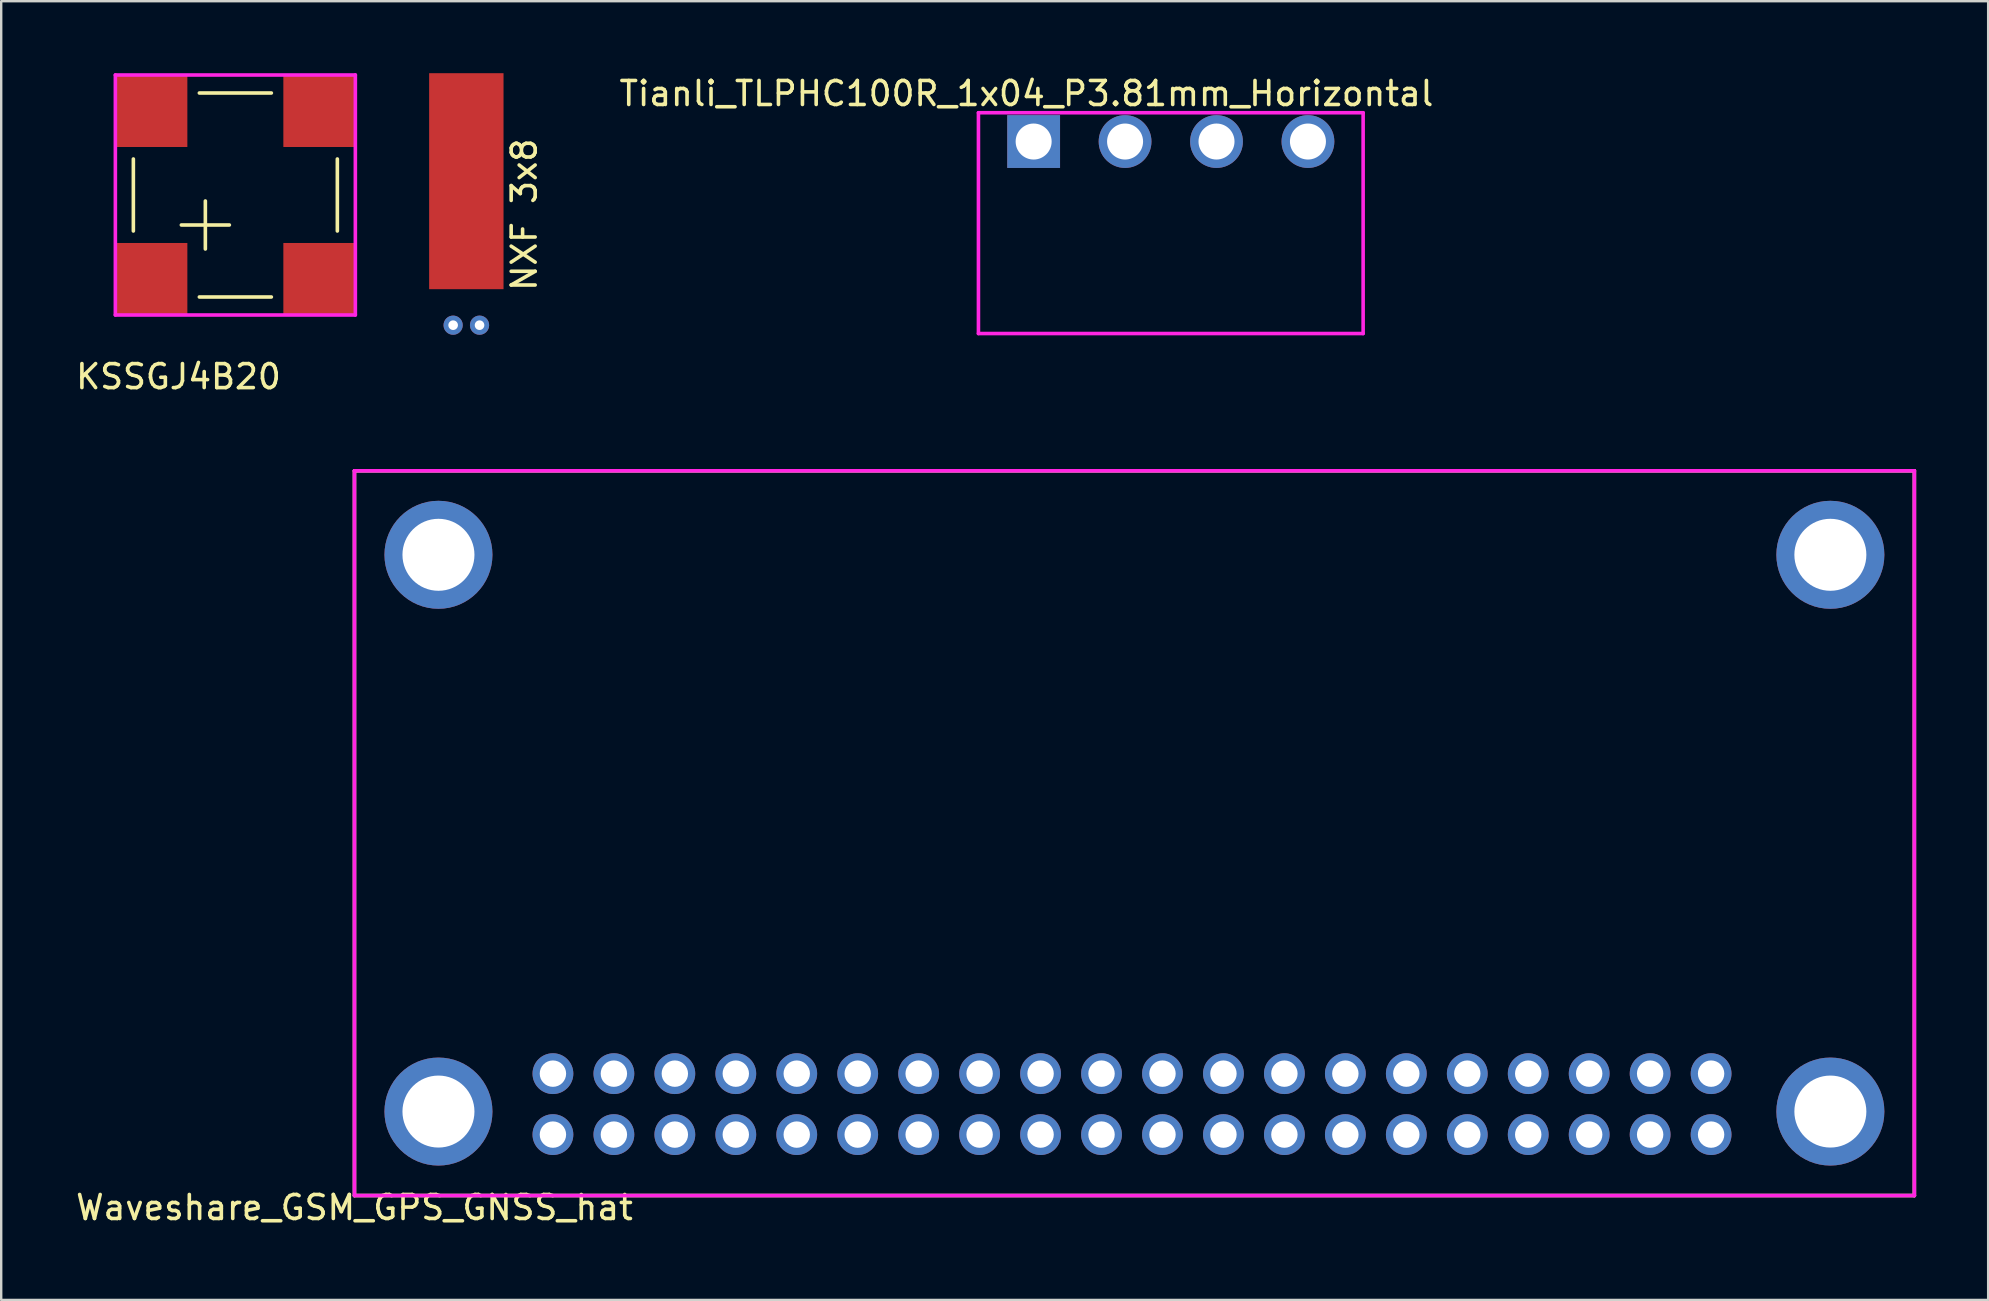
<source format=kicad_pcb>
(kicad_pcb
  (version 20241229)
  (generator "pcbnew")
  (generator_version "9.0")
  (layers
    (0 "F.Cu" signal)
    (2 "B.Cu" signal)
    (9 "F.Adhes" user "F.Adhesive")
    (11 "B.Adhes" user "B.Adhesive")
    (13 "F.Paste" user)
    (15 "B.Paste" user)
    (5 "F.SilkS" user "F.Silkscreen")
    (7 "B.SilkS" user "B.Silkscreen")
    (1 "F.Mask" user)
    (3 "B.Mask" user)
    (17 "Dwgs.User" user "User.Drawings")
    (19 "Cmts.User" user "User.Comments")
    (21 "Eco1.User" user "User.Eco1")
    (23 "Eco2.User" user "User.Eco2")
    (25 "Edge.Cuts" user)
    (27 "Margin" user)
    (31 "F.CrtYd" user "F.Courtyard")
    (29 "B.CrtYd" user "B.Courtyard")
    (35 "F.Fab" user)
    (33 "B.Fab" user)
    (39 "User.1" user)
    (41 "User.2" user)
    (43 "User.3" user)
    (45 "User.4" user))
  (footprint "Tianli_TLPHC100R_1x04_P3.81mm_Horizontal"
    (layer "F.Cu")
    (at 40.021 2.848)
    (property "Reference" "Tianli_TLPHC100R_1x04_P3.81mm_Horizontal" (at -0.3 -2 0) (layer "F.SilkS") (effects (font (size 1 1) (thickness 0.15))))
    (attr through_hole)
    (fp_line (start -2.3 -1.2) (end -2.3 8) (stroke (width 0.15) (type solid)) (layer "F.CrtYd"))
    (fp_line (start -2.3 8) (end 13.73 8) (stroke (width 0.15) (type solid)) (layer "F.CrtYd"))
    (fp_line (start 13.73 -1.2) (end -2.3 -1.2) (stroke (width 0.15) (type solid)) (layer "F.CrtYd"))
    (fp_line (start 13.73 8) (end 13.73 -1.2) (stroke (width 0.15) (type solid)) (layer "F.CrtYd"))
    (pad "1" thru_hole rect (at 0 0) (size 2.2 2.2) (drill 1.5) (layers "*.Cu" "*.Mask"))
    (pad "2" thru_hole circle (at 3.81 0) (size 2.2 2.2) (drill 1.5) (layers "*.Cu" "*.Mask"))
    (pad "3" thru_hole circle (at 7.62 0) (size 2.2 2.2) (drill 1.5) (layers "*.Cu" "*.Mask"))
    (pad "4" thru_hole circle (at 11.43 0) (size 2.2 2.2) (drill 1.5) (layers "*.Cu" "*.Mask")))
  (footprint "Waveshare_GSM_GPS_GNSS_hat"
    (layer "F.Cu")
    (at 11.72 46.768)
    (property "Reference" "Waveshare_GSM_GPS_GNSS_hat" (at 0 0.5 0) (layer "F.SilkS") (effects (font (size 1 1) (thickness 0.15))))
    (attr through_hole)
    (fp_line (start 0 -30.2) (end 0 0) (stroke (width 0.15) (type solid)) (layer "F.SilkS"))
    (fp_line (start 0 0) (end 65 0) (stroke (width 0.15) (type solid)) (layer "F.SilkS"))
    (fp_line (start 65 -30.2) (end 0 -30.2) (stroke (width 0.15) (type solid)) (layer "F.SilkS"))
    (fp_line (start 65 0) (end 65 -30.2) (stroke (width 0.15) (type solid)) (layer "F.SilkS"))
    (fp_line (start 0 -30.2) (end 0 0) (stroke (width 0.15) (type solid)) (layer "F.CrtYd"))
    (fp_line (start 0 0) (end 65 0) (stroke (width 0.15) (type solid)) (layer "F.CrtYd"))
    (fp_line (start 65 -30.2) (end 0 -30.2) (stroke (width 0.15) (type solid)) (layer "F.CrtYd"))
    (fp_line (start 65 0) (end 65 -30.2) (stroke (width 0.15) (type solid)) (layer "F.CrtYd"))
    (pad "" thru_hole circle (at 3.5 -26.7) (size 4.5 4.5) (drill 3) (layers "*.Cu" "*.Mask"))
    (pad "" thru_hole circle (at 3.5 -3.5) (size 4.5 4.5) (drill 3) (layers "*.Cu" "*.Mask"))
    (pad "" thru_hole circle (at 61.5 -26.7) (size 4.5 4.5) (drill 3) (layers "*.Cu" "*.Mask"))
    (pad "" thru_hole circle (at 61.5 -3.5) (size 4.5 4.5) (drill 3) (layers "*.Cu" "*.Mask"))
    (pad "1" thru_hole circle (at 56.53 -5.08) (size 1.7 1.7) (drill 1.1) (layers "*.Cu" "*.Mask"))
    (pad "2" thru_hole circle (at 56.53 -2.54) (size 1.7 1.7) (drill 1.1) (layers "*.Cu" "*.Mask"))
    (pad "3" thru_hole circle (at 53.99 -5.08) (size 1.7 1.7) (drill 1.1) (layers "*.Cu" "*.Mask"))
    (pad "4" thru_hole circle (at 53.99 -2.54) (size 1.7 1.7) (drill 1.1) (layers "*.Cu" "*.Mask"))
    (pad "5" thru_hole circle (at 51.45 -5.08) (size 1.7 1.7) (drill 1.1) (layers "*.Cu" "*.Mask"))
    (pad "6" thru_hole circle (at 51.45 -2.54) (size 1.7 1.7) (drill 1.1) (layers "*.Cu" "*.Mask"))
    (pad "7" thru_hole circle (at 48.91 -5.08) (size 1.7 1.7) (drill 1.1) (layers "*.Cu" "*.Mask"))
    (pad "8" thru_hole circle (at 48.91 -2.54) (size 1.7 1.7) (drill 1.1) (layers "*.Cu" "*.Mask"))
    (pad "9" thru_hole circle (at 46.37 -5.08) (size 1.7 1.7) (drill 1.1) (layers "*.Cu" "*.Mask"))
    (pad "10" thru_hole circle (at 46.37 -2.54) (size 1.7 1.7) (drill 1.1) (layers "*.Cu" "*.Mask"))
    (pad "11" thru_hole circle (at 43.83 -5.08) (size 1.7 1.7) (drill 1.1) (layers "*.Cu" "*.Mask"))
    (pad "12" thru_hole circle (at 43.83 -2.54) (size 1.7 1.7) (drill 1.1) (layers "*.Cu" "*.Mask"))
    (pad "13" thru_hole circle (at 41.29 -5.08) (size 1.7 1.7) (drill 1.1) (layers "*.Cu" "*.Mask"))
    (pad "14" thru_hole circle (at 41.29 -2.54) (size 1.7 1.7) (drill 1.1) (layers "*.Cu" "*.Mask"))
    (pad "15" thru_hole circle (at 38.75 -5.08) (size 1.7 1.7) (drill 1.1) (layers "*.Cu" "*.Mask"))
    (pad "16" thru_hole circle (at 38.75 -2.54) (size 1.7 1.7) (drill 1.1) (layers "*.Cu" "*.Mask"))
    (pad "17" thru_hole circle (at 36.21 -5.08) (size 1.7 1.7) (drill 1.1) (layers "*.Cu" "*.Mask"))
    (pad "18" thru_hole circle (at 36.21 -2.54) (size 1.7 1.7) (drill 1.1) (layers "*.Cu" "*.Mask"))
    (pad "19" thru_hole circle (at 33.67 -5.08) (size 1.7 1.7) (drill 1.1) (layers "*.Cu" "*.Mask"))
    (pad "20" thru_hole circle (at 33.67 -2.54) (size 1.7 1.7) (drill 1.1) (layers "*.Cu" "*.Mask"))
    (pad "21" thru_hole circle (at 31.13 -5.08) (size 1.7 1.7) (drill 1.1) (layers "*.Cu" "*.Mask"))
    (pad "22" thru_hole circle (at 31.13 -2.54) (size 1.7 1.7) (drill 1.1) (layers "*.Cu" "*.Mask"))
    (pad "23" thru_hole circle (at 28.59 -5.08) (size 1.7 1.7) (drill 1.1) (layers "*.Cu" "*.Mask"))
    (pad "24" thru_hole circle (at 28.59 -2.54) (size 1.7 1.7) (drill 1.1) (layers "*.Cu" "*.Mask"))
    (pad "25" thru_hole circle (at 26.05 -5.08) (size 1.7 1.7) (drill 1.1) (layers "*.Cu" "*.Mask"))
    (pad "26" thru_hole circle (at 26.05 -2.54) (size 1.7 1.7) (drill 1.1) (layers "*.Cu" "*.Mask"))
    (pad "27" thru_hole circle (at 23.51 -5.08) (size 1.7 1.7) (drill 1.1) (layers "*.Cu" "*.Mask"))
    (pad "28" thru_hole circle (at 23.51 -2.54) (size 1.7 1.7) (drill 1.1) (layers "*.Cu" "*.Mask"))
    (pad "29" thru_hole circle (at 20.97 -5.08) (size 1.7 1.7) (drill 1.1) (layers "*.Cu" "*.Mask"))
    (pad "30" thru_hole circle (at 20.97 -2.54) (size 1.7 1.7) (drill 1.1) (layers "*.Cu" "*.Mask"))
    (pad "31" thru_hole circle (at 18.43 -5.08) (size 1.7 1.7) (drill 1.1) (layers "*.Cu" "*.Mask"))
    (pad "32" thru_hole circle (at 18.43 -2.54) (size 1.7 1.7) (drill 1.1) (layers "*.Cu" "*.Mask"))
    (pad "33" thru_hole circle (at 15.89 -5.08) (size 1.7 1.7) (drill 1.1) (layers "*.Cu" "*.Mask"))
    (pad "34" thru_hole circle (at 15.89 -2.54) (size 1.7 1.7) (drill 1.1) (layers "*.Cu" "*.Mask"))
    (pad "35" thru_hole circle (at 13.35 -5.08) (size 1.7 1.7) (drill 1.1) (layers "*.Cu" "*.Mask"))
    (pad "36" thru_hole circle (at 13.35 -2.54) (size 1.7 1.7) (drill 1.1) (layers "*.Cu" "*.Mask"))
    (pad "37" thru_hole circle (at 10.81 -5.08) (size 1.7 1.7) (drill 1.1) (layers "*.Cu" "*.Mask"))
    (pad "38" thru_hole circle (at 10.81 -2.54) (size 1.7 1.7) (drill 1.1) (layers "*.Cu" "*.Mask"))
    (pad "39" thru_hole circle (at 8.27 -5.08) (size 1.7 1.7) (drill 1.1) (layers "*.Cu" "*.Mask"))
    (pad "40" thru_hole circle (at 8.27 -2.54) (size 1.7 1.7) (drill 1.1) (layers "*.Cu" "*.Mask")))
  (footprint "KSSGJ4B20"
    (layer "F.Cu")
    (at 3.257 8.575)
    (property "Reference" "KSSGJ4B20" (at 1.13 4.07 0) (layer "F.SilkS") (effects (font (size 1 1) (thickness 0.15))))
    (attr through_hole)
    (fp_line (start -0.75 -2) (end -0.75 -5) (stroke (width 0.15) (type solid)) (layer "F.SilkS"))
    (fp_line (start 1.25 -2.25) (end 3.25 -2.25) (stroke (width 0.15) (type solid)) (layer "F.SilkS"))
    (fp_line (start 2 0.75) (end 5 0.75) (stroke (width 0.15) (type solid)) (layer "F.SilkS"))
    (fp_line (start 2.25 -1.25) (end 2.25 -3.25) (stroke (width 0.15) (type solid)) (layer "F.SilkS"))
    (fp_line (start 5 -7.75) (end 2 -7.75) (stroke (width 0.15) (type solid)) (layer "F.SilkS"))
    (fp_line (start 7.75 -2) (end 7.75 -5) (stroke (width 0.15) (type solid)) (layer "F.SilkS"))
    (fp_line (start -1.5 -8.5) (end -1.5 1.5) (stroke (width 0.15) (type solid)) (layer "F.CrtYd"))
    (fp_line (start -1.5 1.5) (end 8.5 1.5) (stroke (width 0.15) (type solid)) (layer "F.CrtYd"))
    (fp_line (start 8.5 -8.5) (end -1.5 -8.5) (stroke (width 0.15) (type solid)) (layer "F.CrtYd"))
    (fp_line (start 8.5 1.5) (end 8.5 -8.5) (stroke (width 0.15) (type solid)) (layer "F.CrtYd"))
    (pad "1" smd rect (at 0 0) (size 3 3) (layers "F.Cu" "F.Mask" "F.Paste"))
    (pad "2" smd rect (at 0 -7) (size 3 3) (layers "F.Cu" "F.Mask" "F.Paste"))
    (pad "3" smd rect (at 7 0) (size 3 3) (layers "F.Cu" "F.Mask" "F.Paste"))
    (pad "4" smd rect (at 7 -7) (size 3 3) (layers "F.Cu" "F.Mask" "F.Paste")))
  (footprint "NXF 3x8"
    (layer "F.Cu")
    (at 16.382 4.5)
    (property "Reference" "NXF 3x8" (at 2.413 1.397 90) (layer "F.SilkS") (effects (font (size 1 1) (thickness 0.15))))
    (attr through_hole)
    (pad "" smd rect (at 0 0) (size 3.1 9) (layers "F.Cu" "F.Mask" "F.Paste"))
    (pad "1" thru_hole circle (at -0.55 6) (size 0.8 0.8) (drill 0.4) (layers "*.Cu" "*.Mask"))
    (pad "2" thru_hole circle (at 0.55 6) (size 0.8 0.8) (drill 0.4) (layers "*.Cu" "*.Mask")))
  (gr_rect
    (start -3 -3)
    (end 79.795 51.117)
    (stroke (width 0.1) (type default))
    (fill no)
    (layer "Edge.Cuts")))
</source>
